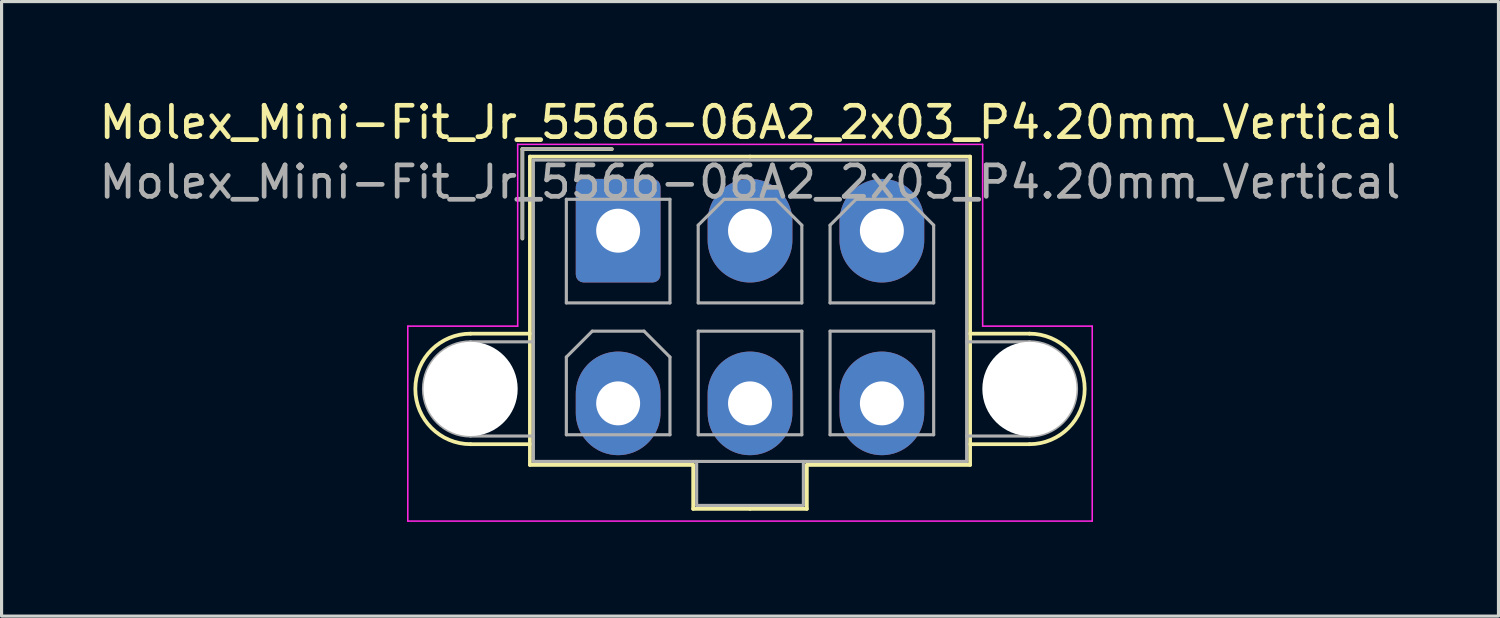
<source format=kicad_pcb>
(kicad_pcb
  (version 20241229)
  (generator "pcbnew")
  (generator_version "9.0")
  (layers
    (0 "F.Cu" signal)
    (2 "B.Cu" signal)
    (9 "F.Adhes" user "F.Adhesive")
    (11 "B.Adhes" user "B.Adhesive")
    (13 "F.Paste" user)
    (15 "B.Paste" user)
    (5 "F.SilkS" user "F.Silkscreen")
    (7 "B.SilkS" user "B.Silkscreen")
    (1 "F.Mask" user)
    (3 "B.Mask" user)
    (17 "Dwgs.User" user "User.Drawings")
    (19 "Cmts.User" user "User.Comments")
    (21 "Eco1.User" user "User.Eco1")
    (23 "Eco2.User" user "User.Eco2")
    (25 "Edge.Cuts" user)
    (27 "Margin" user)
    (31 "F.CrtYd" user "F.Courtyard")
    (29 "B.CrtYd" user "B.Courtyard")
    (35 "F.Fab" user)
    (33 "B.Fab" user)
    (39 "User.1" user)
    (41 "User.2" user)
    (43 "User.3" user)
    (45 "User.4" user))
  (footprint "Molex_Mini-Fit_Jr_5566-06A2_2x03_P4.20mm_Vertical"
    (layer "F.Cu")
    (at 16.639 4.298)
    (property "Reference" "Molex_Mini-Fit_Jr_5566-06A2_2x03_P4.20mm_Vertical" (at 4.2 -3.45 0) (layer "F.SilkS") (effects (font (size 1 1) (thickness 0.15))))
    (attr through_hole)
    (fp_line (start -4.7 3.28) (end -2.81 3.28) (stroke (width 0.12) (type solid)) (layer "F.SilkS"))
    (fp_line (start -4.7 6.8) (end -2.81 6.8) (stroke (width 0.12) (type solid)) (layer "F.SilkS"))
    (fp_line (start -3.05 -2.6) (end -3.05 0.25) (stroke (width 0.12) (type solid)) (layer "F.SilkS"))
    (fp_line (start -2.81 -2.36) (end -2.81 7.46) (stroke (width 0.12) (type solid)) (layer "F.SilkS"))
    (fp_line (start -2.81 7.46) (end 2.39 7.46) (stroke (width 0.12) (type solid)) (layer "F.SilkS"))
    (fp_line (start -0.2 -2.6) (end -3.05 -2.6) (stroke (width 0.12) (type solid)) (layer "F.SilkS"))
    (fp_line (start 2.39 7.46) (end 2.39 8.86) (stroke (width 0.12) (type solid)) (layer "F.SilkS"))
    (fp_line (start 2.39 8.86) (end 4.2 8.86) (stroke (width 0.12) (type solid)) (layer "F.SilkS"))
    (fp_line (start 4.2 -2.36) (end -2.81 -2.36) (stroke (width 0.12) (type solid)) (layer "F.SilkS"))
    (fp_line (start 4.2 -2.36) (end 11.21 -2.36) (stroke (width 0.12) (type solid)) (layer "F.SilkS"))
    (fp_line (start 6.01 7.46) (end 6.01 8.86) (stroke (width 0.12) (type solid)) (layer "F.SilkS"))
    (fp_line (start 6.01 8.86) (end 4.2 8.86) (stroke (width 0.12) (type solid)) (layer "F.SilkS"))
    (fp_line (start 11.21 -2.36) (end 11.21 7.46) (stroke (width 0.12) (type solid)) (layer "F.SilkS"))
    (fp_line (start 11.21 7.46) (end 6.01 7.46) (stroke (width 0.12) (type solid)) (layer "F.SilkS"))
    (fp_line (start 13.1 3.28) (end 11.21 3.28) (stroke (width 0.12) (type solid)) (layer "F.SilkS"))
    (fp_line (start 13.1 6.8) (end 11.21 6.8) (stroke (width 0.12) (type solid)) (layer "F.SilkS"))
    (fp_arc (start -4.7 6.8) (mid -6.46 5.04) (end -4.7 3.28) (stroke (width 0.12) (type solid)) (layer "F.SilkS"))
    (fp_arc (start 13.1 3.28) (mid 14.86 5.04) (end 13.1 6.8) (stroke (width 0.12) (type solid)) (layer "F.SilkS"))
    (fp_line (start -6.7 3.04) (end -6.7 9.25) (stroke (width 0.05) (type solid)) (layer "F.CrtYd"))
    (fp_line (start -6.7 9.25) (end 15.1 9.25) (stroke (width 0.05) (type solid)) (layer "F.CrtYd"))
    (fp_line (start -3.2 -2.75) (end -3.2 3.04) (stroke (width 0.05) (type solid)) (layer "F.CrtYd"))
    (fp_line (start -3.2 3.04) (end -6.7 3.04) (stroke (width 0.05) (type solid)) (layer "F.CrtYd"))
    (fp_line (start 11.61 -2.75) (end -3.2 -2.75) (stroke (width 0.05) (type solid)) (layer "F.CrtYd"))
    (fp_line (start 11.61 3.04) (end 11.61 -2.75) (stroke (width 0.05) (type solid)) (layer "F.CrtYd"))
    (fp_line (start 15.1 3.04) (end 11.61 3.04) (stroke (width 0.05) (type solid)) (layer "F.CrtYd"))
    (fp_line (start 15.1 9.25) (end 15.1 3.04) (stroke (width 0.05) (type solid)) (layer "F.CrtYd"))
    (fp_line (start -4.7 3.54) (end -2.7 3.54) (stroke (width 0.1) (type solid)) (layer "F.Fab"))
    (fp_line (start -4.7 6.54) (end -2.7 6.54) (stroke (width 0.1) (type solid)) (layer "F.Fab"))
    (fp_line (start -3.05 -2.6) (end -3.05 0.25) (stroke (width 0.1) (type solid)) (layer "F.Fab"))
    (fp_line (start -2.7 -2.25) (end -2.7 7.35) (stroke (width 0.1) (type solid)) (layer "F.Fab"))
    (fp_line (start -2.7 7.35) (end 11.1 7.35) (stroke (width 0.1) (type solid)) (layer "F.Fab"))
    (fp_line (start -1.65 -1) (end -1.65 2.3) (stroke (width 0.1) (type solid)) (layer "F.Fab"))
    (fp_line (start -1.65 2.3) (end 1.65 2.3) (stroke (width 0.1) (type solid)) (layer "F.Fab"))
    (fp_line (start -1.65 4.025) (end -0.825 3.2) (stroke (width 0.1) (type solid)) (layer "F.Fab"))
    (fp_line (start -1.65 6.5) (end -1.65 4.025) (stroke (width 0.1) (type solid)) (layer "F.Fab"))
    (fp_line (start -0.825 3.2) (end 0.825 3.2) (stroke (width 0.1) (type solid)) (layer "F.Fab"))
    (fp_line (start -0.2 -2.6) (end -3.05 -2.6) (stroke (width 0.1) (type solid)) (layer "F.Fab"))
    (fp_line (start 0.825 3.2) (end 1.65 4.025) (stroke (width 0.1) (type solid)) (layer "F.Fab"))
    (fp_line (start 1.65 -1) (end -1.65 -1) (stroke (width 0.1) (type solid)) (layer "F.Fab"))
    (fp_line (start 1.65 2.3) (end 1.65 -1) (stroke (width 0.1) (type solid)) (layer "F.Fab"))
    (fp_line (start 1.65 4.025) (end 1.65 6.5) (stroke (width 0.1) (type solid)) (layer "F.Fab"))
    (fp_line (start 1.65 6.5) (end -1.65 6.5) (stroke (width 0.1) (type solid)) (layer "F.Fab"))
    (fp_line (start 2.5 7.35) (end 2.5 8.75) (stroke (width 0.1) (type solid)) (layer "F.Fab"))
    (fp_line (start 2.5 8.75) (end 5.9 8.75) (stroke (width 0.1) (type solid)) (layer "F.Fab"))
    (fp_line (start 2.55 -0.175) (end 3.375 -1) (stroke (width 0.1) (type solid)) (layer "F.Fab"))
    (fp_line (start 2.55 2.3) (end 2.55 -0.175) (stroke (width 0.1) (type solid)) (layer "F.Fab"))
    (fp_line (start 2.55 3.2) (end 2.55 6.5) (stroke (width 0.1) (type solid)) (layer "F.Fab"))
    (fp_line (start 2.55 6.5) (end 5.85 6.5) (stroke (width 0.1) (type solid)) (layer "F.Fab"))
    (fp_line (start 3.375 -1) (end 5.025 -1) (stroke (width 0.1) (type solid)) (layer "F.Fab"))
    (fp_line (start 5.025 -1) (end 5.85 -0.175) (stroke (width 0.1) (type solid)) (layer "F.Fab"))
    (fp_line (start 5.85 -0.175) (end 5.85 2.3) (stroke (width 0.1) (type solid)) (layer "F.Fab"))
    (fp_line (start 5.85 2.3) (end 2.55 2.3) (stroke (width 0.1) (type solid)) (layer "F.Fab"))
    (fp_line (start 5.85 3.2) (end 2.55 3.2) (stroke (width 0.1) (type solid)) (layer "F.Fab"))
    (fp_line (start 5.85 6.5) (end 5.85 3.2) (stroke (width 0.1) (type solid)) (layer "F.Fab"))
    (fp_line (start 5.9 8.75) (end 5.9 7.35) (stroke (width 0.1) (type solid)) (layer "F.Fab"))
    (fp_line (start 6.75 -0.175) (end 7.575 -1) (stroke (width 0.1) (type solid)) (layer "F.Fab"))
    (fp_line (start 6.75 2.3) (end 6.75 -0.175) (stroke (width 0.1) (type solid)) (layer "F.Fab"))
    (fp_line (start 6.75 3.2) (end 6.75 6.5) (stroke (width 0.1) (type solid)) (layer "F.Fab"))
    (fp_line (start 6.75 6.5) (end 10.05 6.5) (stroke (width 0.1) (type solid)) (layer "F.Fab"))
    (fp_line (start 7.575 -1) (end 9.225 -1) (stroke (width 0.1) (type solid)) (layer "F.Fab"))
    (fp_line (start 9.225 -1) (end 10.05 -0.175) (stroke (width 0.1) (type solid)) (layer "F.Fab"))
    (fp_line (start 10.05 -0.175) (end 10.05 2.3) (stroke (width 0.1) (type solid)) (layer "F.Fab"))
    (fp_line (start 10.05 2.3) (end 6.75 2.3) (stroke (width 0.1) (type solid)) (layer "F.Fab"))
    (fp_line (start 10.05 3.2) (end 6.75 3.2) (stroke (width 0.1) (type solid)) (layer "F.Fab"))
    (fp_line (start 10.05 6.5) (end 10.05 3.2) (stroke (width 0.1) (type solid)) (layer "F.Fab"))
    (fp_line (start 11.1 -2.25) (end -2.7 -2.25) (stroke (width 0.1) (type solid)) (layer "F.Fab"))
    (fp_line (start 11.1 7.35) (end 11.1 -2.25) (stroke (width 0.1) (type solid)) (layer "F.Fab"))
    (fp_line (start 13.1 3.54) (end 11.1 3.54) (stroke (width 0.1) (type solid)) (layer "F.Fab"))
    (fp_line (start 13.1 6.54) (end 11.1 6.54) (stroke (width 0.1) (type solid)) (layer "F.Fab"))
    (fp_arc (start -4.7 6.54) (mid -6.2 5.04) (end -4.7 3.54) (stroke (width 0.1) (type solid)) (layer "F.Fab"))
    (fp_arc (start 13.1 3.54) (mid 14.6 5.04) (end 13.1 6.54) (stroke (width 0.1) (type solid)) (layer "F.Fab"))
    (fp_text user "${REFERENCE}" (at 4.2 -1.55 0) (layer "F.Fab") (effects (font (size 1 1) (thickness 0.15))))
    (pad "" np_thru_hole circle (at -4.7 5.04) (size 3 3) (drill 3) (layers "*.Cu" "*.Mask"))
    (pad "" np_thru_hole circle (at 13.1 5.04) (size 3 3) (drill 3) (layers "*.Cu" "*.Mask"))
    (pad "1" thru_hole roundrect (at 0 0) (size 2.7 3.3) (drill 1.4) (layers "*.Cu" "*.Mask") (roundrect_rratio 0.093))
    (pad "2" thru_hole oval (at 4.2 0) (size 2.7 3.3) (drill 1.4) (layers "*.Cu" "*.Mask"))
    (pad "3" thru_hole oval (at 8.4 0) (size 2.7 3.3) (drill 1.4) (layers "*.Cu" "*.Mask"))
    (pad "4" thru_hole oval (at 0 5.5) (size 2.7 3.3) (drill 1.4) (layers "*.Cu" "*.Mask"))
    (pad "5" thru_hole oval (at 4.2 5.5) (size 2.7 3.3) (drill 1.4) (layers "*.Cu" "*.Mask"))
    (pad "6" thru_hole oval (at 8.4 5.5) (size 2.7 3.3) (drill 1.4) (layers "*.Cu" "*.Mask")))
  (gr_rect
    (start -3 -3)
    (end 44.679 16.573)
    (stroke (width 0.1) (type default))
    (fill no)
    (layer "Edge.Cuts")))
</source>
